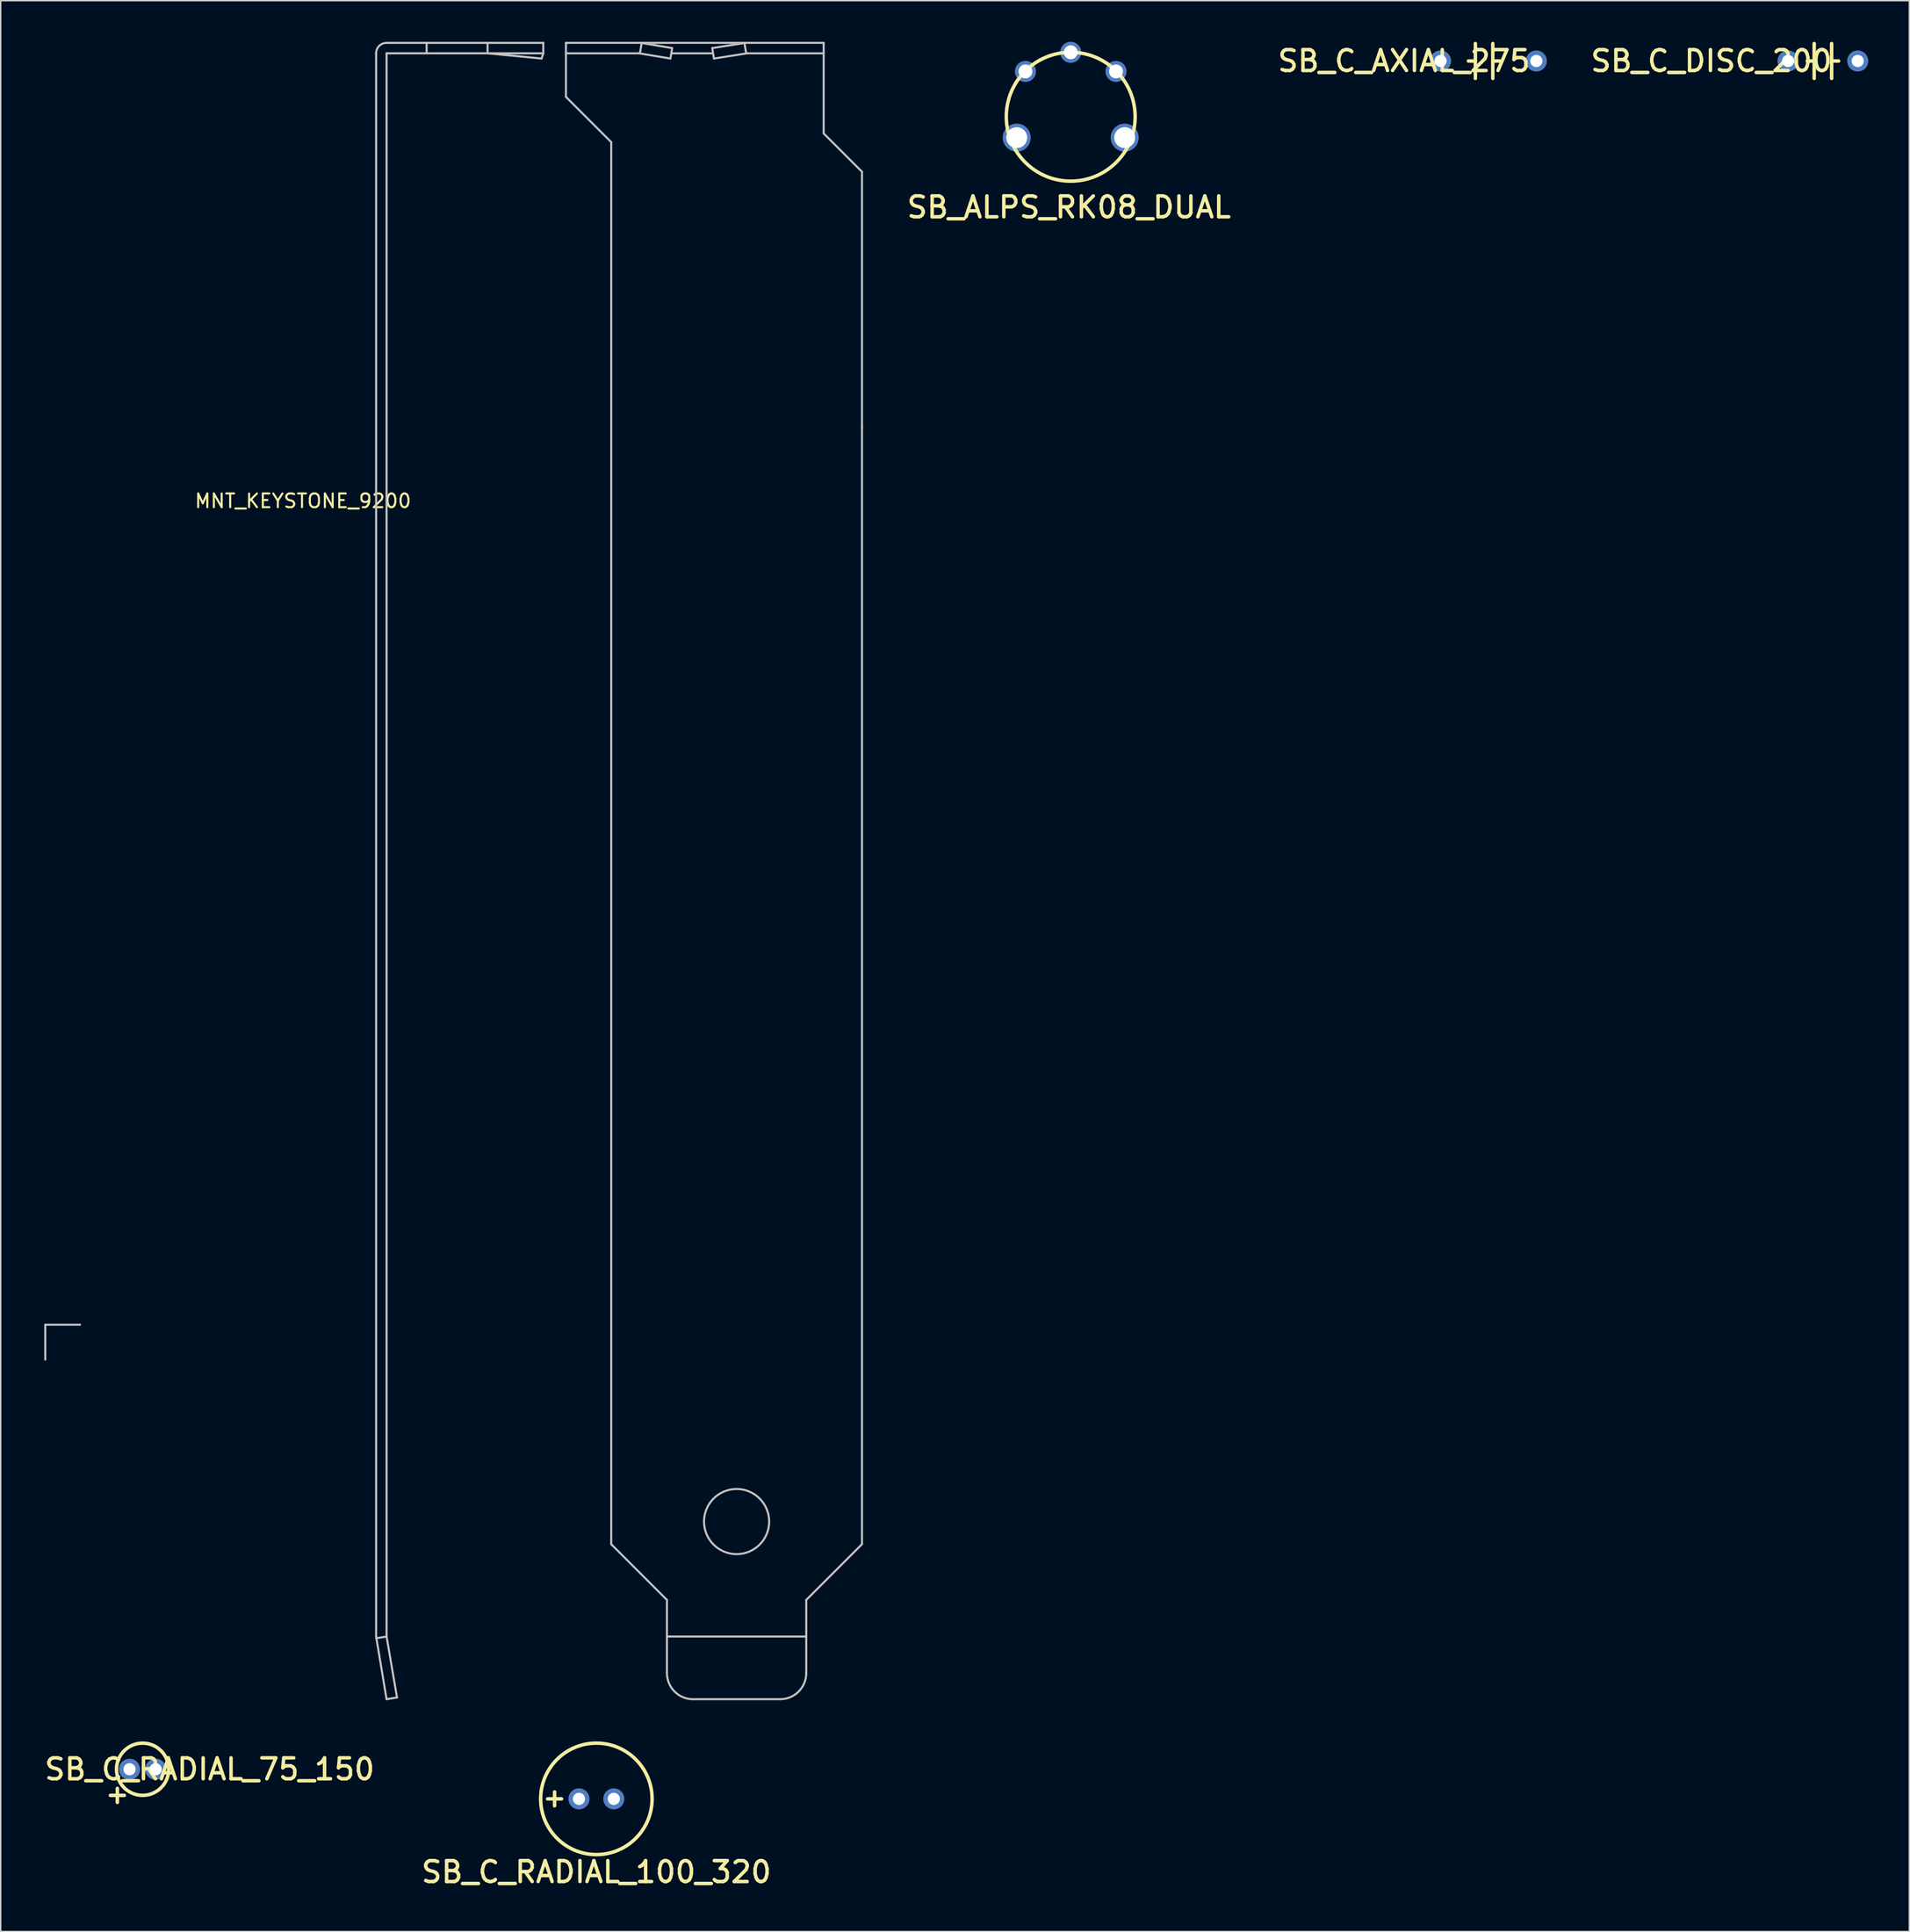
<source format=kicad_pcb>
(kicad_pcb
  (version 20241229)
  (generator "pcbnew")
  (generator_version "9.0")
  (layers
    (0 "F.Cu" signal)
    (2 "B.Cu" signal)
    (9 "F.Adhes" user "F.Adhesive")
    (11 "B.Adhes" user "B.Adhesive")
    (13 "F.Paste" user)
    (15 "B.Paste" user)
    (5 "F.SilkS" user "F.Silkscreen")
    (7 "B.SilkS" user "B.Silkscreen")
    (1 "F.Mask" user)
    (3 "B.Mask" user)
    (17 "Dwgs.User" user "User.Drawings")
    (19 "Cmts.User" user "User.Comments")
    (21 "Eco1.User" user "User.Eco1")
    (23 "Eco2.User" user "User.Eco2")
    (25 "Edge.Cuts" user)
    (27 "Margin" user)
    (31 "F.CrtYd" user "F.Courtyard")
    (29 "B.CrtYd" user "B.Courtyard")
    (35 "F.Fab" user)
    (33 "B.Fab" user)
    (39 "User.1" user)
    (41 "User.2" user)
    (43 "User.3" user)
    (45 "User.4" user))
  (footprint "SB_C_RADIAL_75_150"
    (layer "F.Cu")
    (at 6.397 125.96)
    (property "Reference" "SB_C_RADIAL_75_150" (at 5.842 0 0) (layer "F.SilkS") (effects (font (size 1.524 1.524) (thickness 0.254))))
    (attr through_hole)
    (fp_line (start -1.397 1.905) (end -0.381 1.905) (stroke (width 0.254) (type solid)) (layer "F.SilkS"))
    (fp_line (start -0.889 1.397) (end -0.889 2.413) (stroke (width 0.254) (type solid)) (layer "F.SilkS"))
    (fp_circle (center 0.953 0) (end 2.857 0) (stroke (width 0.254) (type solid)) (fill no) (layer "F.SilkS"))
    (pad "1" thru_hole circle (at 0 0 270) (size 1.524 1.524) (drill 0.889) (layers "*.Cu" "*.Mask"))
    (pad "2" thru_hole circle (at 1.905 0 270) (size 1.524 1.524) (drill 0.889) (layers "*.Cu" "*.Mask")))
  (footprint "MNT_KEYSTONE_9200"
    (layer "F.Cu")
    (at 0.25 93.548)
    (property "Reference" "MNT_KEYSTONE_9200" (at 18.796 -60.071 0) (layer "F.SilkS") (effects (font (size 1 1) (thickness 0.15))))
    (attr through_hole)
    (fp_line (start 0 0) (end 0 2.54) (stroke (width 0.15) (type solid)) (layer "Dwgs.User"))
    (fp_line (start 2.54 0) (end 0 0) (stroke (width 0.15) (type solid)) (layer "Dwgs.User"))
    (fp_line (start 24.13 -92.71) (end 24.13 22.733) (stroke (width 0.152) (type solid)) (layer "Dwgs.User"))
    (fp_line (start 24.13 22.733) (end 24.892 27.305) (stroke (width 0.15) (type solid)) (layer "Dwgs.User"))
    (fp_line (start 24.892 -93.472) (end 36.322 -93.472) (stroke (width 0.152) (type solid)) (layer "Dwgs.User"))
    (fp_line (start 24.892 -92.71) (end 24.892 22.733) (stroke (width 0.152) (type solid)) (layer "Dwgs.User"))
    (fp_line (start 24.892 -92.71) (end 36.322 -92.71) (stroke (width 0.152) (type solid)) (layer "Dwgs.User"))
    (fp_line (start 24.892 22.733) (end 24.13 22.86) (stroke (width 0.15) (type solid)) (layer "Dwgs.User"))
    (fp_line (start 24.892 27.305) (end 25.654 27.178) (stroke (width 0.15) (type solid)) (layer "Dwgs.User"))
    (fp_line (start 25.654 27.178) (end 24.892 22.733) (stroke (width 0.15) (type solid)) (layer "Dwgs.User"))
    (fp_line (start 27.813 -93.472) (end 27.813 -92.71) (stroke (width 0.15) (type solid)) (layer "Dwgs.User"))
    (fp_line (start 32.258 -92.71) (end 32.258 -93.472) (stroke (width 0.15) (type solid)) (layer "Dwgs.User"))
    (fp_line (start 36.195 -92.329) (end 32.258 -92.71) (stroke (width 0.15) (type solid)) (layer "Dwgs.User"))
    (fp_line (start 36.322 -92.71) (end 36.195 -92.329) (stroke (width 0.15) (type solid)) (layer "Dwgs.User"))
    (fp_line (start 36.322 -92.71) (end 36.322 -93.472) (stroke (width 0.15) (type solid)) (layer "Dwgs.User"))
    (fp_line (start 37.973 -93.472) (end 37.973 -89.535) (stroke (width 0.15) (type solid)) (layer "Dwgs.User"))
    (fp_line (start 37.973 -93.472) (end 56.769 -93.472) (stroke (width 0.15) (type solid)) (layer "Dwgs.User"))
    (fp_line (start 37.973 -89.535) (end 41.275 -86.233) (stroke (width 0.15) (type solid)) (layer "Dwgs.User"))
    (fp_line (start 41.275 -86.233) (end 41.275 16.002) (stroke (width 0.15) (type solid)) (layer "Dwgs.User"))
    (fp_line (start 41.275 16.002) (end 45.339 20.066) (stroke (width 0.15) (type solid)) (layer "Dwgs.User"))
    (fp_line (start 43.307 -92.71) (end 37.973 -92.71) (stroke (width 0.15) (type solid)) (layer "Dwgs.User"))
    (fp_line (start 43.307 -92.71) (end 45.593 -92.329) (stroke (width 0.15) (type solid)) (layer "Dwgs.User"))
    (fp_line (start 43.37 -92.71) (end 43.498 -93.472) (stroke (width 0.15) (type solid)) (layer "Dwgs.User"))
    (fp_line (start 43.434 -93.472) (end 45.72 -93.091) (stroke (width 0.15) (type solid)) (layer "Dwgs.User"))
    (fp_line (start 45.339 22.733) (end 55.499 22.733) (stroke (width 0.15) (type solid)) (layer "Dwgs.User"))
    (fp_line (start 45.339 25.4) (end 45.339 20.066) (stroke (width 0.15) (type solid)) (layer "Dwgs.User"))
    (fp_line (start 45.593 -92.329) (end 45.72 -93.091) (stroke (width 0.15) (type solid)) (layer "Dwgs.User"))
    (fp_line (start 45.72 -92.71) (end 48.641 -92.71) (stroke (width 0.15) (type solid)) (layer "Dwgs.User"))
    (fp_line (start 47.244 27.305) (end 53.594 27.305) (stroke (width 0.15) (type solid)) (layer "Dwgs.User"))
    (fp_line (start 48.641 -93.091) (end 51.054 -93.472) (stroke (width 0.15) (type solid)) (layer "Dwgs.User"))
    (fp_line (start 48.768 -92.329) (end 48.641 -93.091) (stroke (width 0.15) (type solid)) (layer "Dwgs.User"))
    (fp_line (start 51.117 -92.71) (end 50.99 -93.472) (stroke (width 0.15) (type solid)) (layer "Dwgs.User"))
    (fp_line (start 51.181 -92.71) (end 48.768 -92.329) (stroke (width 0.15) (type solid)) (layer "Dwgs.User"))
    (fp_line (start 55.499 20.066) (end 59.563 16.002) (stroke (width 0.15) (type solid)) (layer "Dwgs.User"))
    (fp_line (start 55.499 25.4) (end 55.499 20.066) (stroke (width 0.15) (type solid)) (layer "Dwgs.User"))
    (fp_line (start 56.769 -93.472) (end 56.769 -86.868) (stroke (width 0.15) (type solid)) (layer "Dwgs.User"))
    (fp_line (start 56.769 -92.71) (end 51.181 -92.71) (stroke (width 0.15) (type solid)) (layer "Dwgs.User"))
    (fp_line (start 59.563 -84.074) (end 56.769 -86.868) (stroke (width 0.15) (type solid)) (layer "Dwgs.User"))
    (fp_line (start 59.563 -84.074) (end 59.563 -65.405) (stroke (width 0.15) (type solid)) (layer "Dwgs.User"))
    (fp_line (start 59.563 -65.532) (end 59.563 -8.89) (stroke (width 0.15) (type solid)) (layer "Dwgs.User"))
    (fp_line (start 59.563 -8.89) (end 59.563 16.002) (stroke (width 0.15) (type solid)) (layer "Dwgs.User"))
    (fp_arc (start 24.13 -92.71) (mid 24.352715 -93.248345) (end 24.89067 -93.471999) (stroke (width 0.15) (type solid)) (layer "Dwgs.User"))
    (fp_arc (start 47.244 27.305) (mid 45.896962 26.747038) (end 45.339 25.4) (stroke (width 0.15) (type solid)) (layer "Dwgs.User"))
    (fp_arc (start 55.499 25.4) (mid 54.941038 26.747038) (end 53.594 27.305) (stroke (width 0.15) (type solid)) (layer "Dwgs.User"))
    (fp_circle (center 50.419 14.351) (end 52.794 14.351) (stroke (width 0.15) (type solid)) (fill no) (layer "Dwgs.User")))
  (footprint "SB_C_RADIAL_100_320"
    (layer "F.Cu")
    (at 39.173 128.119)
    (property "Reference" "SB_C_RADIAL_100_320" (at 1.27 5.334 0) (layer "F.SilkS") (effects (font (size 1.524 1.524) (thickness 0.254))))
    (attr through_hole)
    (fp_line (start -2.286 0) (end -1.27 0) (stroke (width 0.254) (type solid)) (layer "F.SilkS"))
    (fp_line (start -1.778 -0.508) (end -1.778 0.508) (stroke (width 0.254) (type solid)) (layer "F.SilkS"))
    (fp_circle (center 1.27 0) (end 5.334 0) (stroke (width 0.254) (type solid)) (fill no) (layer "F.SilkS"))
    (pad "1" thru_hole circle (at 0 0 270) (size 1.524 1.524) (drill 0.889) (layers "*.Cu" "*.Mask"))
    (pad "2" thru_hole circle (at 2.54 0 270) (size 1.524 1.524) (drill 0.889) (layers "*.Cu" "*.Mask")))
  (footprint "SB_C_DISC_200"
    (layer "F.Cu")
    (at 127.352 1.397)
    (property "Reference" "SB_C_DISC_200" (at -5.588 0 0) (layer "F.SilkS") (effects (font (size 1.524 1.524) (thickness 0.254))))
    (attr through_hole)
    (fp_line (start 1.905 -1.27) (end 1.905 1.27) (stroke (width 0.254) (type solid)) (layer "F.SilkS"))
    (fp_line (start 1.905 0) (end 1.397 0) (stroke (width 0.254) (type solid)) (layer "F.SilkS"))
    (fp_line (start 3.175 0) (end 3.683 0) (stroke (width 0.254) (type solid)) (layer "F.SilkS"))
    (fp_line (start 3.175 1.27) (end 3.175 -1.27) (stroke (width 0.254) (type solid)) (layer "F.SilkS"))
    (pad "1" thru_hole circle (at 0 0 270) (size 1.524 1.524) (drill 0.889) (layers "*.Cu" "*.Mask"))
    (pad "2" thru_hole circle (at 5.08 0 270) (size 1.524 1.524) (drill 0.889) (layers "*.Cu" "*.Mask")))
  (footprint "SB_C_AXIAL_275"
    (layer "F.Cu")
    (at 102.007 1.397)
    (property "Reference" "SB_C_AXIAL_275" (at -2.667 0 0) (layer "F.SilkS") (effects (font (size 1.524 1.524) (thickness 0.254))))
    (attr through_hole)
    (fp_line (start 2.54 -1.27) (end 2.54 1.27) (stroke (width 0.254) (type solid)) (layer "F.SilkS"))
    (fp_line (start 2.54 0) (end 2.032 0) (stroke (width 0.254) (type solid)) (layer "F.SilkS"))
    (fp_line (start 3.81 0) (end 4.318 0) (stroke (width 0.254) (type solid)) (layer "F.SilkS"))
    (fp_line (start 3.81 1.27) (end 3.81 -1.27) (stroke (width 0.254) (type solid)) (layer "F.SilkS"))
    (pad "1" thru_hole circle (at 0 0 270) (size 1.524 1.524) (drill 0.889) (layers "*.Cu" "*.Mask"))
    (pad "2" thru_hole circle (at 6.985 0 270) (size 1.524 1.524) (drill 0.889) (layers "*.Cu" "*.Mask")))
  (footprint "SB_ALPS_RK08_DUAL"
    (layer "F.Cu")
    (at 75.036 5.461)
    (property "Reference" "SB_ALPS_RK08_DUAL" (at -0.127 6.604 0) (layer "F.SilkS") (effects (font (size 1.524 1.524) (thickness 0.254))))
    (attr through_hole)
    (fp_circle (center 0 0) (end 4.699 0) (stroke (width 0.254) (type solid)) (fill no) (layer "F.SilkS"))
    (pad "1A" thru_hole circle (at 0 -4.699 270) (size 1.524 1.524) (drill 1.016) (layers "*.Cu" "*.Mask"))
    (pad "1B" thru_hole circle (at 3.302 -3.302 270) (size 1.524 1.524) (drill 1.016) (layers "*.Cu" "*.Mask"))
    (pad "2A" thru_hole circle (at -3.937 1.524 270) (size 2.032 2.032) (drill 1.524) (layers "*.Cu" "*.Mask"))
    (pad "2B" thru_hole circle (at 3.937 1.524 270) (size 2.032 2.032) (drill 1.524) (layers "*.Cu" "*.Mask"))
    (pad "3" thru_hole circle (at -3.302 -3.302 270) (size 1.524 1.524) (drill 1.016) (layers "*.Cu" "*.Mask")))
  (gr_rect
    (start -3 -3)
    (end 136.194 137.791)
    (stroke (width 0.1) (type default))
    (fill no)
    (layer "Edge.Cuts")))
</source>
